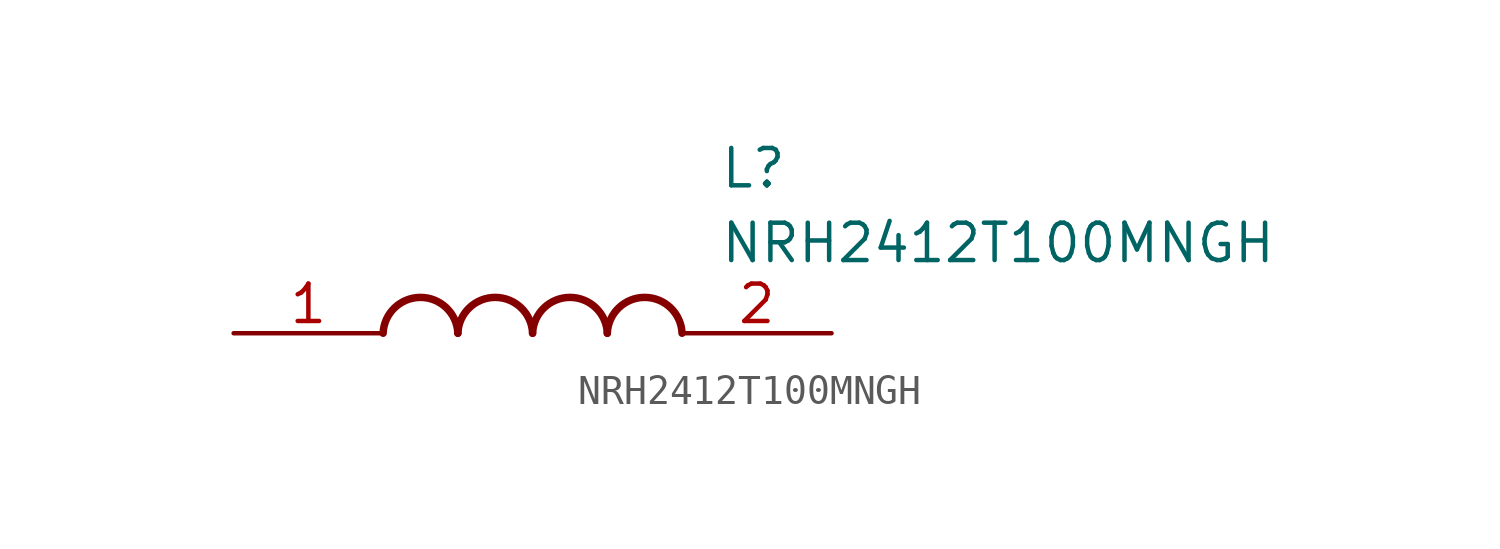
<source format=kicad_sym>
(kicad_symbol_lib
  (version 20211014)
  (generator SamacSys_ECAD_Model)
  (symbol "NRH2412T100MNGH"
    (pin_names hide)
    (property "Reference" "L"
      (at 16.51 6.35 0)
      (effects (font (size 1.27 1.27)) (justify left top)))
    (property "Value" "NRH2412T100MNGH"
      (at 16.51 3.81 0)
      (effects (font (size 1.27 1.27)) (justify left top)))
    (arc
      (start 7.62 0)
      (mid 6.35 1.219)
      (end 5.08 0)
      (stroke (width 0.254) (type default))
      (fill (type none)))
    (arc
      (start 10.16 0)
      (mid 8.89 1.219)
      (end 7.62 0)
      (stroke (width 0.254) (type default))
      (fill (type none)))
    (arc
      (start 12.7 0)
      (mid 11.43 1.219)
      (end 10.16 0)
      (stroke (width 0.254) (type default))
      (fill (type none)))
    (arc
      (start 15.24 0)
      (mid 13.97 1.219)
      (end 12.7 0)
      (stroke (width 0.254) (type default))
      (fill (type none)))
    (pin passive line
      (at 0 0 0)
      (length 5.08)
      (name "1" (effects (font (size 1.27 1.27))))
      (number "1" (effects (font (size 1.27 1.27)))))
    (pin passive line
      (at 20.32 0 180)
      (length 5.08)
      (name "2" (effects (font (size 1.27 1.27))))
      (number "2" (effects (font (size 1.27 1.27)))))))
</source>
